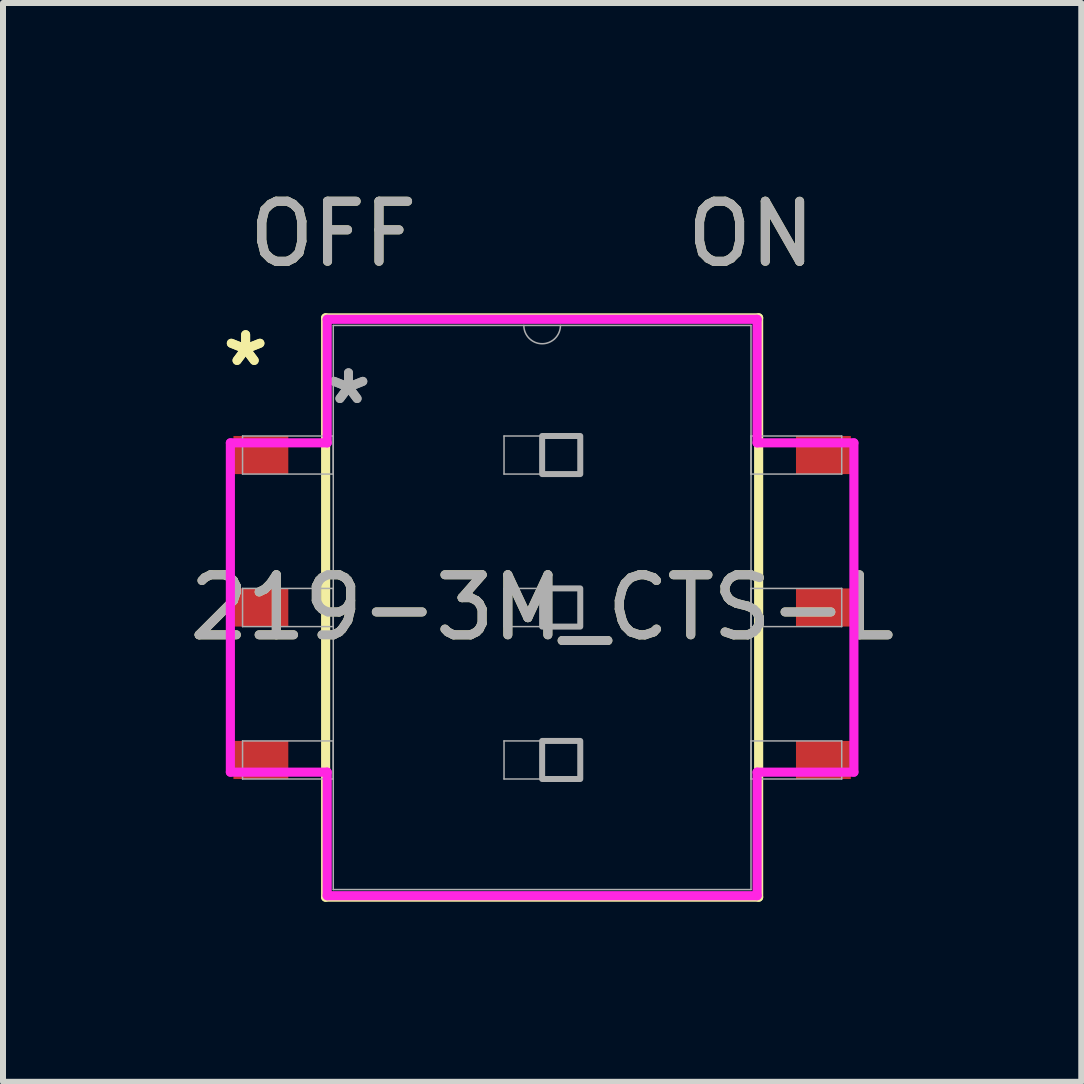
<source format=kicad_pcb>
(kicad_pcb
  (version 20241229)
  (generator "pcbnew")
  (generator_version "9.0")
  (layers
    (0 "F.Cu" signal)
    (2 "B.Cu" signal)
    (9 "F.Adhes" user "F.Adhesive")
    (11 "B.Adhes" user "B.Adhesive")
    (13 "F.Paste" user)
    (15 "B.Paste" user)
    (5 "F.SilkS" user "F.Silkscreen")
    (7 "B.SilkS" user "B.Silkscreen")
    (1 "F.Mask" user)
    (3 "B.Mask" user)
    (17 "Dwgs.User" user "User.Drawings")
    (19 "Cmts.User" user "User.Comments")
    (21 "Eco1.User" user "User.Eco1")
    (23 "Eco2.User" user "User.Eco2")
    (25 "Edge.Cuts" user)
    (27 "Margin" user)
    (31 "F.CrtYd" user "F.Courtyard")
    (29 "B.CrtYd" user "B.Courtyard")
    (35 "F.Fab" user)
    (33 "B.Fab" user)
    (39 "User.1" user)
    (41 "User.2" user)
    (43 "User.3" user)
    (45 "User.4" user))
  (footprint "219-3M_CTS-L"
    (layer "F.Cu")
    (at 5.982 7.071)
    (property "Reference" "219-3M_CTS-L" (at 0 0 0) (unlocked yes) (layer "F.SilkS") (effects (font (size 1 1) (thickness 0.15))))
    (attr smd)
    (fp_line (start -3.607 -4.826) (end -3.607 4.826) (stroke (width 0.152) (type solid)) (layer "F.SilkS"))
    (fp_line (start -3.607 4.826) (end 3.607 4.826) (stroke (width 0.152) (type solid)) (layer "F.SilkS"))
    (fp_line (start 3.607 -4.826) (end -3.607 -4.826) (stroke (width 0.152) (type solid)) (layer "F.SilkS"))
    (fp_line (start 3.607 4.826) (end 3.607 -4.826) (stroke (width 0.152) (type solid)) (layer "F.SilkS"))
    (fp_line (start -5.194 -2.743) (end -3.581 -2.743) (stroke (width 0.152) (type solid)) (layer "F.CrtYd"))
    (fp_line (start -5.194 2.743) (end -5.194 -2.743) (stroke (width 0.152) (type solid)) (layer "F.CrtYd"))
    (fp_line (start -3.581 -4.801) (end 3.581 -4.801) (stroke (width 0.152) (type solid)) (layer "F.CrtYd"))
    (fp_line (start -3.581 -2.743) (end -3.581 -4.801) (stroke (width 0.152) (type solid)) (layer "F.CrtYd"))
    (fp_line (start -3.581 2.743) (end -5.194 2.743) (stroke (width 0.152) (type solid)) (layer "F.CrtYd"))
    (fp_line (start -3.581 4.801) (end -3.581 2.743) (stroke (width 0.152) (type solid)) (layer "F.CrtYd"))
    (fp_line (start 3.581 -4.801) (end 3.581 -2.743) (stroke (width 0.152) (type solid)) (layer "F.CrtYd"))
    (fp_line (start 3.581 -2.743) (end 5.194 -2.743) (stroke (width 0.152) (type solid)) (layer "F.CrtYd"))
    (fp_line (start 3.581 2.743) (end 3.581 4.801) (stroke (width 0.152) (type solid)) (layer "F.CrtYd"))
    (fp_line (start 3.581 4.801) (end -3.581 4.801) (stroke (width 0.152) (type solid)) (layer "F.CrtYd"))
    (fp_line (start 5.194 -2.743) (end 5.194 2.743) (stroke (width 0.152) (type solid)) (layer "F.CrtYd"))
    (fp_line (start 5.194 2.743) (end 3.581 2.743) (stroke (width 0.152) (type solid)) (layer "F.CrtYd"))
    (fp_line (start -4.991 -2.857) (end -4.991 -2.223) (stroke (width 0.025) (type solid)) (layer "F.Fab"))
    (fp_line (start -4.991 -2.223) (end -3.48 -2.223) (stroke (width 0.025) (type solid)) (layer "F.Fab"))
    (fp_line (start -4.991 -0.318) (end -4.991 0.318) (stroke (width 0.025) (type solid)) (layer "F.Fab"))
    (fp_line (start -4.991 0.318) (end -3.48 0.318) (stroke (width 0.025) (type solid)) (layer "F.Fab"))
    (fp_line (start -4.991 2.223) (end -4.991 2.857) (stroke (width 0.025) (type solid)) (layer "F.Fab"))
    (fp_line (start -4.991 2.857) (end -3.48 2.857) (stroke (width 0.025) (type solid)) (layer "F.Fab"))
    (fp_line (start -3.48 -4.699) (end -3.48 4.699) (stroke (width 0.025) (type solid)) (layer "F.Fab"))
    (fp_line (start -3.48 -2.857) (end -4.991 -2.857) (stroke (width 0.025) (type solid)) (layer "F.Fab"))
    (fp_line (start -3.48 -2.223) (end -3.48 -2.857) (stroke (width 0.025) (type solid)) (layer "F.Fab"))
    (fp_line (start -3.48 -0.318) (end -4.991 -0.318) (stroke (width 0.025) (type solid)) (layer "F.Fab"))
    (fp_line (start -3.48 0.318) (end -3.48 -0.318) (stroke (width 0.025) (type solid)) (layer "F.Fab"))
    (fp_line (start -3.48 2.223) (end -4.991 2.223) (stroke (width 0.025) (type solid)) (layer "F.Fab"))
    (fp_line (start -3.48 2.857) (end -3.48 2.223) (stroke (width 0.025) (type solid)) (layer "F.Fab"))
    (fp_line (start -3.48 4.699) (end 3.48 4.699) (stroke (width 0.025) (type solid)) (layer "F.Fab"))
    (fp_line (start -0.635 -2.857) (end 0.635 -2.857) (stroke (width 0.025) (type solid)) (layer "F.Fab"))
    (fp_line (start -0.635 -2.223) (end -0.635 -2.857) (stroke (width 0.025) (type solid)) (layer "F.Fab"))
    (fp_line (start -0.635 -0.318) (end 0.635 -0.318) (stroke (width 0.025) (type solid)) (layer "F.Fab"))
    (fp_line (start -0.635 0.318) (end -0.635 -0.318) (stroke (width 0.025) (type solid)) (layer "F.Fab"))
    (fp_line (start -0.635 2.223) (end 0.635 2.223) (stroke (width 0.025) (type solid)) (layer "F.Fab"))
    (fp_line (start -0.635 2.857) (end -0.635 2.223) (stroke (width 0.025) (type solid)) (layer "F.Fab"))
    (fp_line (start 0.635 -2.857) (end 0.635 -2.223) (stroke (width 0.025) (type solid)) (layer "F.Fab"))
    (fp_line (start 0.635 -2.223) (end -0.635 -2.223) (stroke (width 0.025) (type solid)) (layer "F.Fab"))
    (fp_line (start 0.635 -0.318) (end 0.635 0.318) (stroke (width 0.025) (type solid)) (layer "F.Fab"))
    (fp_line (start 0.635 0.318) (end -0.635 0.318) (stroke (width 0.025) (type solid)) (layer "F.Fab"))
    (fp_line (start 0.635 2.223) (end 0.635 2.857) (stroke (width 0.025) (type solid)) (layer "F.Fab"))
    (fp_line (start 0.635 2.857) (end -0.635 2.857) (stroke (width 0.025) (type solid)) (layer "F.Fab"))
    (fp_line (start 3.48 -4.699) (end -3.48 -4.699) (stroke (width 0.025) (type solid)) (layer "F.Fab"))
    (fp_line (start 3.48 -2.857) (end 3.48 -2.223) (stroke (width 0.025) (type solid)) (layer "F.Fab"))
    (fp_line (start 3.48 -2.223) (end 4.991 -2.223) (stroke (width 0.025) (type solid)) (layer "F.Fab"))
    (fp_line (start 3.48 -0.318) (end 3.48 0.318) (stroke (width 0.025) (type solid)) (layer "F.Fab"))
    (fp_line (start 3.48 0.318) (end 4.991 0.318) (stroke (width 0.025) (type solid)) (layer "F.Fab"))
    (fp_line (start 3.48 2.223) (end 3.48 2.857) (stroke (width 0.025) (type solid)) (layer "F.Fab"))
    (fp_line (start 3.48 2.857) (end 4.991 2.857) (stroke (width 0.025) (type solid)) (layer "F.Fab"))
    (fp_line (start 3.48 4.699) (end 3.48 -4.699) (stroke (width 0.025) (type solid)) (layer "F.Fab"))
    (fp_line (start 4.991 -2.857) (end 3.48 -2.857) (stroke (width 0.025) (type solid)) (layer "F.Fab"))
    (fp_line (start 4.991 -2.223) (end 4.991 -2.857) (stroke (width 0.025) (type solid)) (layer "F.Fab"))
    (fp_line (start 4.991 -0.318) (end 3.48 -0.318) (stroke (width 0.025) (type solid)) (layer "F.Fab"))
    (fp_line (start 4.991 0.318) (end 4.991 -0.318) (stroke (width 0.025) (type solid)) (layer "F.Fab"))
    (fp_line (start 4.991 2.223) (end 3.48 2.223) (stroke (width 0.025) (type solid)) (layer "F.Fab"))
    (fp_line (start 4.991 2.857) (end 4.991 2.223) (stroke (width 0.025) (type solid)) (layer "F.Fab"))
    (fp_arc (start 0.3048 -4.699) (mid 0 -4.3942) (end -0.3048 -4.699) (stroke (width 0.0254) (type solid)) (layer "F.Fab"))
    (fp_poly (pts (xy 0 -2.857) (xy 0.635 -2.857) (xy 0.635 -2.223) (xy 0 -2.223)) (stroke (width 0.1) (type solid)) (fill no) (layer "F.Fab"))
    (fp_poly (pts (xy 0 -0.318) (xy 0.635 -0.318) (xy 0.635 0.318) (xy 0 0.318)) (stroke (width 0.1) (type solid)) (fill no) (layer "F.Fab"))
    (fp_poly (pts (xy 0 2.223) (xy 0.635 2.223) (xy 0.635 2.857) (xy 0 2.857)) (stroke (width 0.1) (type solid)) (fill no) (layer "F.Fab"))
    (fp_text user "*" (at -4.94 -4 0) (layer "F.SilkS") (effects (font (size 1 1) (thickness 0.15))))
    (fp_text user "*" (at -4.94 -4 0) (unlocked yes) (layer "F.SilkS") (effects (font (size 1 1) (thickness 0.15))))
    (fp_text user "OFF" (at -3.48 -6.223 0) (unlocked yes) (layer "F.SilkS") (effects (font (size 1 1) (thickness 0.15))))
    (fp_text user "ON" (at 3.48 -6.223 0) (unlocked yes) (layer "F.SilkS") (effects (font (size 1 1) (thickness 0.15))))
    (fp_text user "${REFERENCE}" (at 0 0 0) (unlocked yes) (layer "F.Fab") (effects (font (size 1 1) (thickness 0.15))))
    (fp_text user "*" (at -3.226 -3.365 0) (unlocked yes) (layer "F.Fab") (effects (font (size 1 1) (thickness 0.15))))
    (fp_text user "OFF" (at -3.48 -6.223 0) (unlocked yes) (layer "F.Fab") (effects (font (size 1 1) (thickness 0.15))))
    (fp_text user "ON" (at 3.48 -6.223 0) (unlocked yes) (layer "F.Fab") (effects (font (size 1 1) (thickness 0.15))))
    (fp_text user "*" (at -3.226 -3.365 0) (layer "F.Fab") (effects (font (size 1 1) (thickness 0.15))))
    (pad "1" smd rect (at -4.686 -2.54) (size 0.914 0.635) (layers "F.Cu" "F.Mask" "F.Paste"))
    (pad "2" smd rect (at -4.686 0) (size 0.914 0.635) (layers "F.Cu" "F.Mask" "F.Paste"))
    (pad "3" smd rect (at -4.686 2.54) (size 0.914 0.635) (layers "F.Cu" "F.Mask" "F.Paste"))
    (pad "4" smd rect (at 4.686 2.54) (size 0.914 0.635) (layers "F.Cu" "F.Mask" "F.Paste"))
    (pad "5" smd rect (at 4.686 0) (size 0.914 0.635) (layers "F.Cu" "F.Mask" "F.Paste"))
    (pad "6" smd rect (at 4.686 -2.54) (size 0.914 0.635) (layers "F.Cu" "F.Mask" "F.Paste")))
  (gr_rect
    (start -3 -3)
    (end 14.964 14.973)
    (stroke (width 0.1) (type default))
    (fill no)
    (layer "Edge.Cuts")))
</source>
